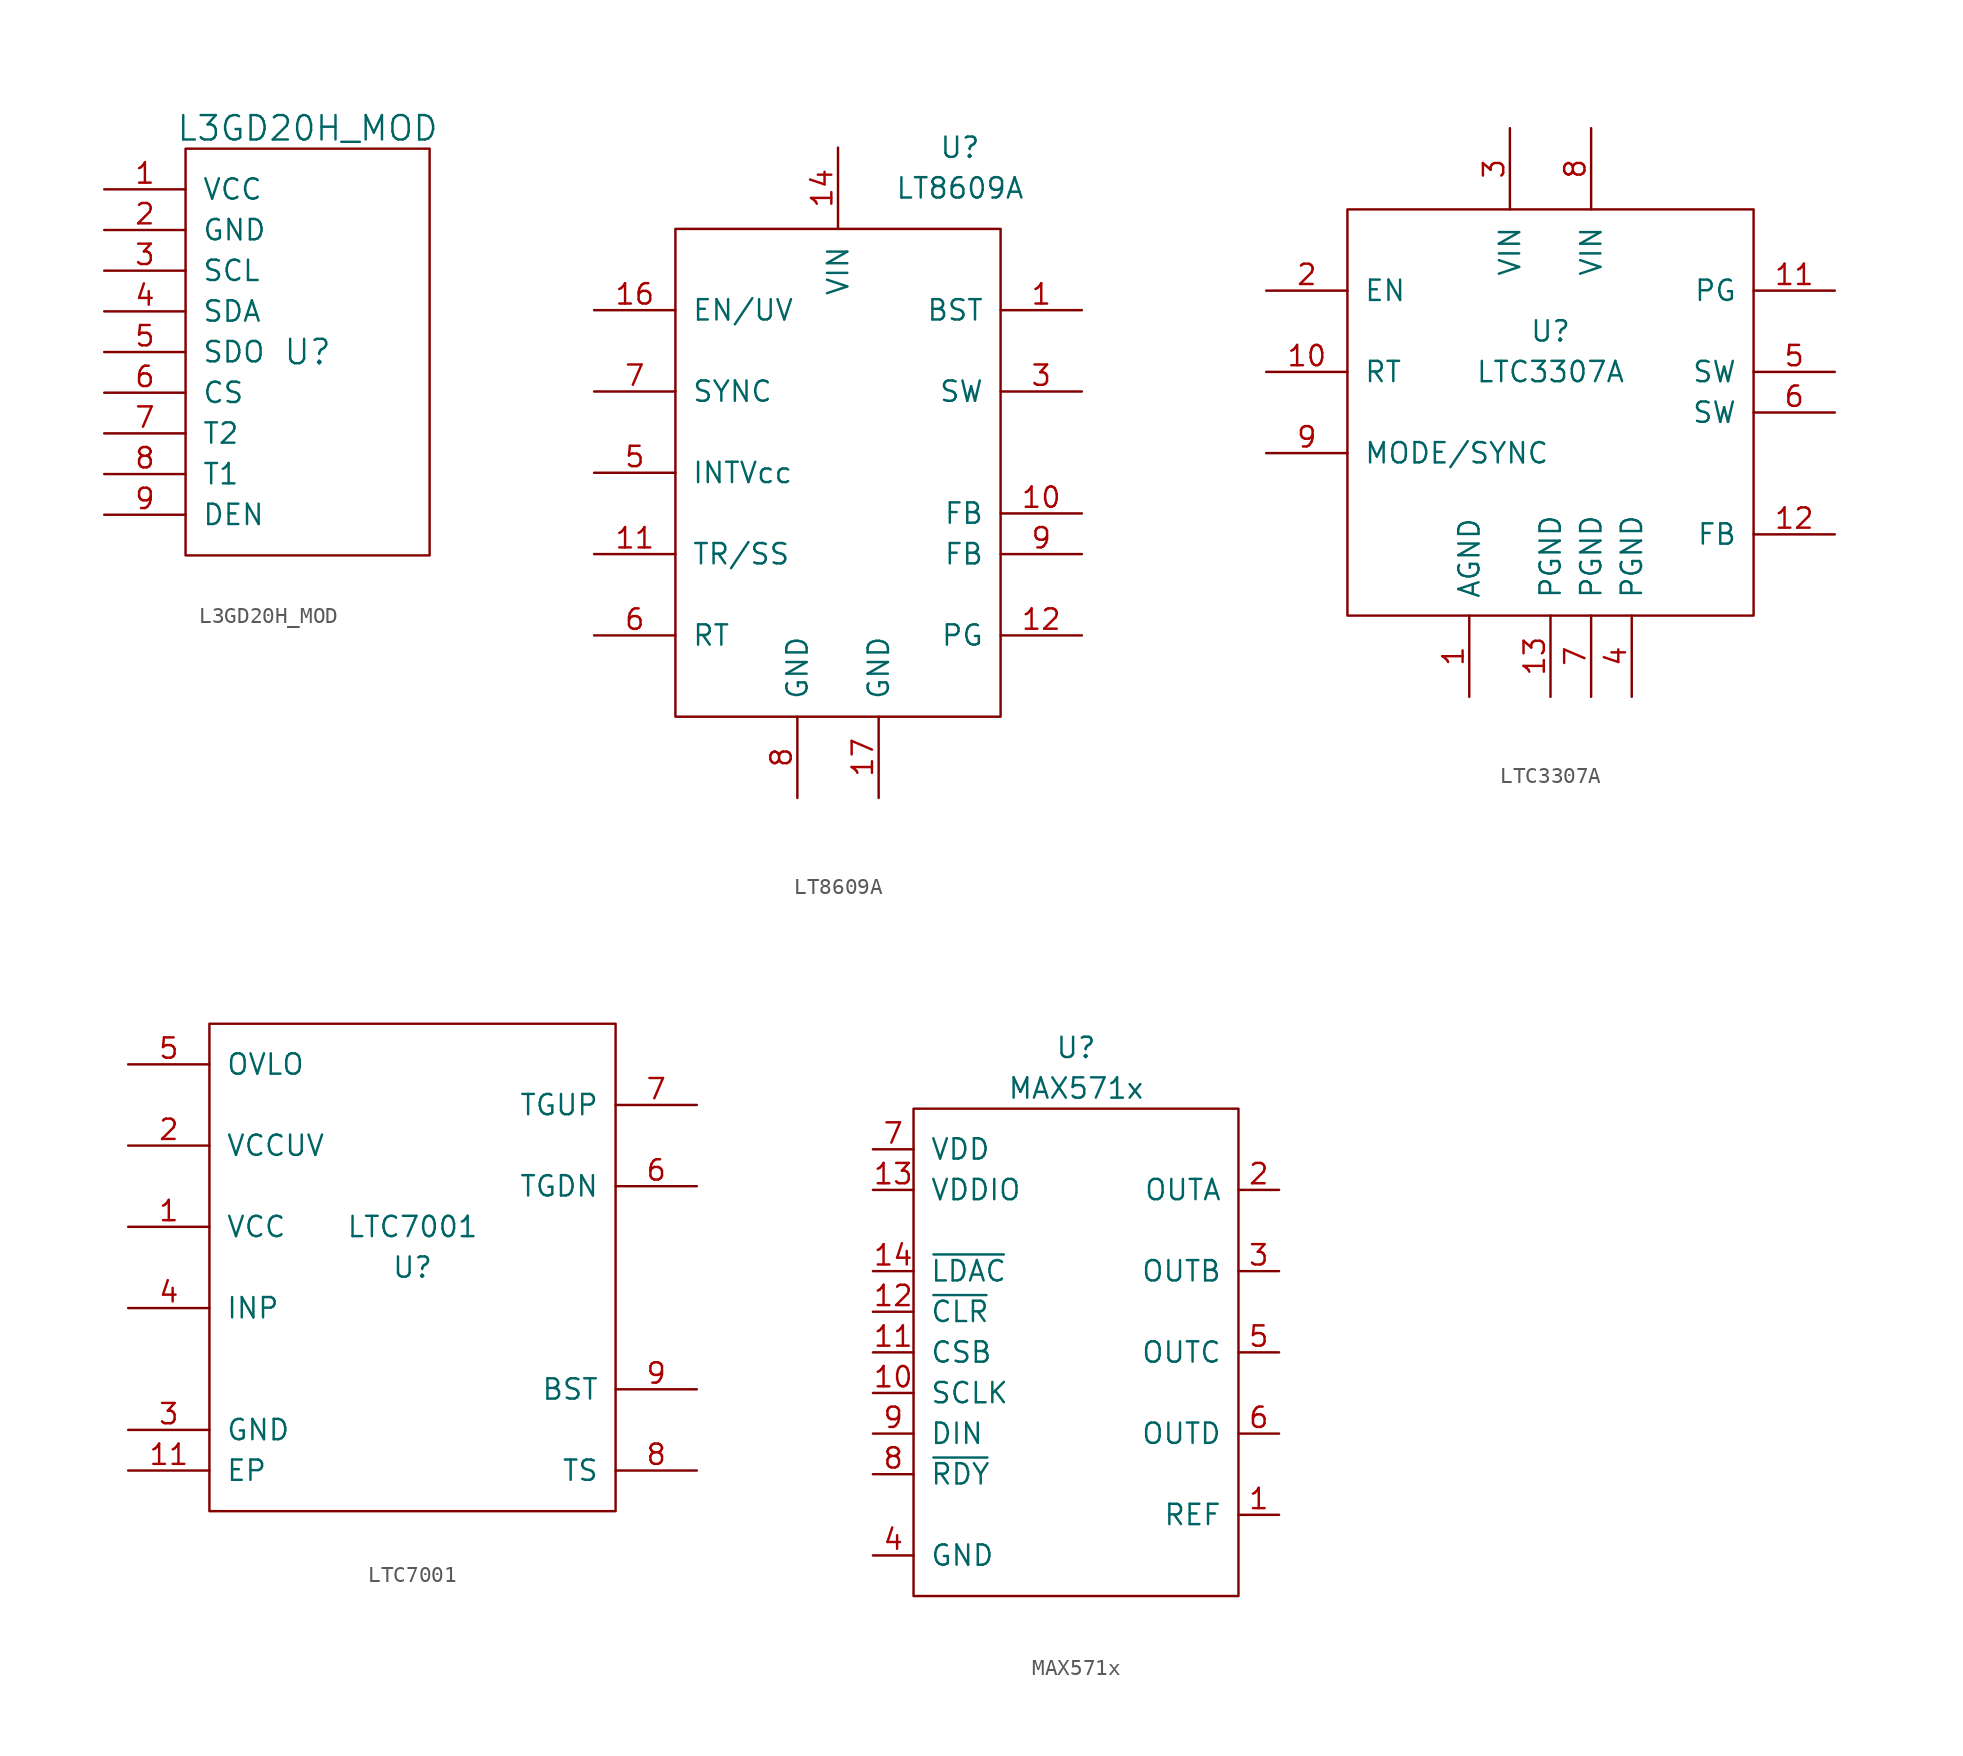
<source format=kicad_sym>
(kicad_symbol_lib
  (version 20220914)
  (generator kicad_symbol_editor)
  (symbol "L3GD20H_MOD"
    (pin_names
      (offset 1.016))
    (property "Reference" "U"
      (at 0 0 0)
      (effects (font (size 1.524 1.524))))
    (property "Value" "L3GD20H_MOD"
      (at 0 13.97 0)
      (effects (font (size 1.524 1.524))))
    (symbol "L3GD20H_MOD_0_1"
      (rectangle (start -7.62 12.7) (end 7.62 -12.7) (stroke (width 0) (type solid)) (fill (type none))))
    (symbol "L3GD20H_MOD_1_1"
      (pin power_in line (at -12.7 10.16 0) (length 5.08) (name "VCC" (effects (font (size 1.27 1.27)))) (number "1" (effects (font (size 1.27 1.27)))))
      (pin power_in line (at -12.7 7.62 0) (length 5.08) (name "GND" (effects (font (size 1.27 1.27)))) (number "2" (effects (font (size 1.27 1.27)))))
      (pin input line (at -12.7 5.08 0) (length 5.08) (name "SCL" (effects (font (size 1.27 1.27)))) (number "3" (effects (font (size 1.27 1.27)))))
      (pin input line (at -12.7 2.54 0) (length 5.08) (name "SDA" (effects (font (size 1.27 1.27)))) (number "4" (effects (font (size 1.27 1.27)))))
      (pin input line (at -12.7 0 0) (length 5.08) (name "SDO" (effects (font (size 1.27 1.27)))) (number "5" (effects (font (size 1.27 1.27)))))
      (pin input line (at -12.7 -2.54 0) (length 5.08) (name "CS" (effects (font (size 1.27 1.27)))) (number "6" (effects (font (size 1.27 1.27)))))
      (pin input line (at -12.7 -5.08 0) (length 5.08) (name "T2" (effects (font (size 1.27 1.27)))) (number "7" (effects (font (size 1.27 1.27)))))
      (pin input line (at -12.7 -7.62 0) (length 5.08) (name "T1" (effects (font (size 1.27 1.27)))) (number "8" (effects (font (size 1.27 1.27)))))
      (pin input line (at -12.7 -10.16 0) (length 5.08) (name "DEN" (effects (font (size 1.27 1.27)))) (number "9" (effects (font (size 1.27 1.27)))))))
  (symbol "LT8609A"
    (pin_names
      (offset 1.016))
    (property "Reference" "U"
      (at 7.62 20.32 0)
      (effects (font (size 1.27 1.27))))
    (property "Value" "LT8609A"
      (at 7.62 17.78 0)
      (effects (font (size 1.27 1.27))))
    (symbol "LT8609A_0_1"
      (rectangle (start -10.16 15.24) (end 10.16 -15.24) (stroke (width 0) (type solid)) (fill (type none))))
    (symbol "LT8609A_1_1"
      (pin input line (at 15.24 10.16 180) (length 5.08) (name "BST" (effects (font (size 1.27 1.27)))) (number "1" (effects (font (size 1.27 1.27)))))
      (pin input line (at 15.24 -2.54 180) (length 5.08) (name "FB" (effects (font (size 1.27 1.27)))) (number "10" (effects (font (size 1.27 1.27)))))
      (pin input line (at -15.24 -5.08 0) (length 5.08) (name "TR/SS" (effects (font (size 1.27 1.27)))) (number "11" (effects (font (size 1.27 1.27)))))
      (pin output line (at 15.24 -10.16 180) (length 5.08) (name "PG" (effects (font (size 1.27 1.27)))) (number "12" (effects (font (size 1.27 1.27)))))
      (pin power_in line (at 0 20.32 270) (length 5.08) (name "VIN" (effects (font (size 1.27 1.27)))) (number "14" (effects (font (size 1.27 1.27)))))
      (pin input line (at -15.24 10.16 0) (length 5.08) (name "EN/UV" (effects (font (size 1.27 1.27)))) (number "16" (effects (font (size 1.27 1.27)))))
      (pin power_in line (at 2.54 -20.32 90) (length 5.08) (name "GND" (effects (font (size 1.27 1.27)))) (number "17" (effects (font (size 1.27 1.27)))))
      (pin output line (at 15.24 5.08 180) (length 5.08) (name "SW" (effects (font (size 1.27 1.27)))) (number "3" (effects (font (size 1.27 1.27)))))
      (pin output line (at -15.24 0 0) (length 5.08) (name "INTVcc" (effects (font (size 1.27 1.27)))) (number "5" (effects (font (size 1.27 1.27)))))
      (pin input line (at -15.24 -10.16 0) (length 5.08) (name "RT" (effects (font (size 1.27 1.27)))) (number "6" (effects (font (size 1.27 1.27)))))
      (pin input line (at -15.24 5.08 0) (length 5.08) (name "SYNC" (effects (font (size 1.27 1.27)))) (number "7" (effects (font (size 1.27 1.27)))))
      (pin power_in line (at -2.54 -20.32 90) (length 5.08) (name "GND" (effects (font (size 1.27 1.27)))) (number "8" (effects (font (size 1.27 1.27)))))
      (pin input line (at 15.24 -5.08 180) (length 5.08) (name "FB" (effects (font (size 1.27 1.27)))) (number "9" (effects (font (size 1.27 1.27)))))))
  (symbol "LTC3307A"
    (pin_names
      (offset 1.016))
    (property "Reference" "U"
      (at 0 5.08 0)
      (effects (font (size 1.27 1.27))))
    (property "Value" "LTC3307A"
      (at 0 2.54 0)
      (effects (font (size 1.27 1.27))))
    (symbol "LTC3307A_0_1"
      (rectangle (start -12.7 12.7) (end 12.7 -12.7) (stroke (width 0) (type solid)) (fill (type none))))
    (symbol "LTC3307A_1_1"
      (pin power_in line (at -5.08 -17.78 90) (length 5.08) (name "AGND" (effects (font (size 1.27 1.27)))) (number "1" (effects (font (size 1.27 1.27)))))
      (pin input line (at -17.78 2.54 0) (length 5.08) (name "RT" (effects (font (size 1.27 1.27)))) (number "10" (effects (font (size 1.27 1.27)))))
      (pin output line (at 17.78 7.62 180) (length 5.08) (name "PG" (effects (font (size 1.27 1.27)))) (number "11" (effects (font (size 1.27 1.27)))))
      (pin input line (at 17.78 -7.62 180) (length 5.08) (name "FB" (effects (font (size 1.27 1.27)))) (number "12" (effects (font (size 1.27 1.27)))))
      (pin power_in line (at 0 -17.78 90) (length 5.08) (name "PGND" (effects (font (size 1.27 1.27)))) (number "13" (effects (font (size 1.27 1.27)))))
      (pin input line (at -17.78 7.62 0) (length 5.08) (name "EN" (effects (font (size 1.27 1.27)))) (number "2" (effects (font (size 1.27 1.27)))))
      (pin power_in line (at -2.54 17.78 270) (length 5.08) (name "VIN" (effects (font (size 1.27 1.27)))) (number "3" (effects (font (size 1.27 1.27)))))
      (pin power_in line (at 5.08 -17.78 90) (length 5.08) (name "PGND" (effects (font (size 1.27 1.27)))) (number "4" (effects (font (size 1.27 1.27)))))
      (pin power_out line (at 17.78 2.54 180) (length 5.08) (name "SW" (effects (font (size 1.27 1.27)))) (number "5" (effects (font (size 1.27 1.27)))))
      (pin power_out line (at 17.78 0 180) (length 5.08) (name "SW" (effects (font (size 1.27 1.27)))) (number "6" (effects (font (size 1.27 1.27)))))
      (pin power_in line (at 2.54 -17.78 90) (length 5.08) (name "PGND" (effects (font (size 1.27 1.27)))) (number "7" (effects (font (size 1.27 1.27)))))
      (pin power_in line (at 2.54 17.78 270) (length 5.08) (name "VIN" (effects (font (size 1.27 1.27)))) (number "8" (effects (font (size 1.27 1.27)))))
      (pin input line (at -17.78 -2.54 0) (length 5.08) (name "MODE/SYNC" (effects (font (size 1.27 1.27)))) (number "9" (effects (font (size 1.27 1.27)))))))
  (symbol "LTC7001"
    (pin_names
      (offset 1.016))
    (property "Reference" "U"
      (at 0 0 0)
      (effects (font (size 1.27 1.27))))
    (property "Value" "LTC7001"
      (at 0 2.54 0)
      (effects (font (size 1.27 1.27))))
    (symbol "LTC7001_0_1"
      (rectangle (start -12.7 15.24) (end 12.7 -15.24) (stroke (width 0) (type solid)) (fill (type none))))
    (symbol "LTC7001_1_1"
      (pin power_in line (at -17.78 2.54 0) (length 5.08) (name "VCC" (effects (font (size 1.27 1.27)))) (number "1" (effects (font (size 1.27 1.27)))))
      (pin power_in line (at -17.78 -12.7 0) (length 5.08) (name "EP" (effects (font (size 1.27 1.27)))) (number "11" (effects (font (size 1.27 1.27)))))
      (pin input line (at -17.78 7.62 0) (length 5.08) (name "VCCUV" (effects (font (size 1.27 1.27)))) (number "2" (effects (font (size 1.27 1.27)))))
      (pin power_in line (at -17.78 -10.16 0) (length 5.08) (name "GND" (effects (font (size 1.27 1.27)))) (number "3" (effects (font (size 1.27 1.27)))))
      (pin input line (at -17.78 -2.54 0) (length 5.08) (name "INP" (effects (font (size 1.27 1.27)))) (number "4" (effects (font (size 1.27 1.27)))))
      (pin input line (at -17.78 12.7 0) (length 5.08) (name "OVLO" (effects (font (size 1.27 1.27)))) (number "5" (effects (font (size 1.27 1.27)))))
      (pin output line (at 17.78 5.08 180) (length 5.08) (name "TGDN" (effects (font (size 1.27 1.27)))) (number "6" (effects (font (size 1.27 1.27)))))
      (pin output line (at 17.78 10.16 180) (length 5.08) (name "TGUP" (effects (font (size 1.27 1.27)))) (number "7" (effects (font (size 1.27 1.27)))))
      (pin input line (at 17.78 -12.7 180) (length 5.08) (name "TS" (effects (font (size 1.27 1.27)))) (number "8" (effects (font (size 1.27 1.27)))))
      (pin output line (at 17.78 -7.62 180) (length 5.08) (name "BST" (effects (font (size 1.27 1.27)))) (number "9" (effects (font (size 1.27 1.27)))))))
  (symbol "MAX571x"
    (pin_names
      (offset 1.016))
    (property "Reference" "U"
      (at 0 19.05 0)
      (effects (font (size 1.27 1.27))))
    (property "Value" "MAX571x"
      (at 0 16.51 0)
      (effects (font (size 1.27 1.27))))
    (symbol "MAX571x_0_1"
      (rectangle (start 10.16 15.24) (end -10.16 -15.24) (stroke (width 0) (type solid)) (fill (type none))))
    (symbol "MAX571x_1_1"
      (pin output line (at 12.7 -10.16 180) (length 2.54) (name "REF" (effects (font (size 1.27 1.27)))) (number "1" (effects (font (size 1.27 1.27)))))
      (pin input line (at -12.7 -2.54 0) (length 2.54) (name "SCLK" (effects (font (size 1.27 1.27)))) (number "10" (effects (font (size 1.27 1.27)))))
      (pin input line (at -12.7 0 0) (length 2.54) (name "CSB" (effects (font (size 1.27 1.27)))) (number "11" (effects (font (size 1.27 1.27)))))
      (pin input line (at -12.7 2.54 0) (length 2.54) (name "~{CLR}" (effects (font (size 1.27 1.27)))) (number "12" (effects (font (size 1.27 1.27)))))
      (pin power_in line (at -12.7 10.16 0) (length 2.54) (name "VDDIO" (effects (font (size 1.27 1.27)))) (number "13" (effects (font (size 1.27 1.27)))))
      (pin input line (at -12.7 5.08 0) (length 2.54) (name "~{LDAC}" (effects (font (size 1.27 1.27)))) (number "14" (effects (font (size 1.27 1.27)))))
      (pin output line (at 12.7 10.16 180) (length 2.54) (name "OUTA" (effects (font (size 1.27 1.27)))) (number "2" (effects (font (size 1.27 1.27)))))
      (pin output line (at 12.7 5.08 180) (length 2.54) (name "OUTB" (effects (font (size 1.27 1.27)))) (number "3" (effects (font (size 1.27 1.27)))))
      (pin power_in line (at -12.7 -12.7 0) (length 2.54) (name "GND" (effects (font (size 1.27 1.27)))) (number "4" (effects (font (size 1.27 1.27)))))
      (pin output line (at 12.7 0 180) (length 2.54) (name "OUTC" (effects (font (size 1.27 1.27)))) (number "5" (effects (font (size 1.27 1.27)))))
      (pin output line (at 12.7 -5.08 180) (length 2.54) (name "OUTD" (effects (font (size 1.27 1.27)))) (number "6" (effects (font (size 1.27 1.27)))))
      (pin power_in line (at -12.7 12.7 0) (length 2.54) (name "VDD" (effects (font (size 1.27 1.27)))) (number "7" (effects (font (size 1.27 1.27)))))
      (pin output line (at -12.7 -7.62 0) (length 2.54) (name "~{RDY}" (effects (font (size 1.27 1.27)))) (number "8" (effects (font (size 1.27 1.27)))))
      (pin input line (at -12.7 -5.08 0) (length 2.54) (name "DIN" (effects (font (size 1.27 1.27)))) (number "9" (effects (font (size 1.27 1.27))))))))
</source>
